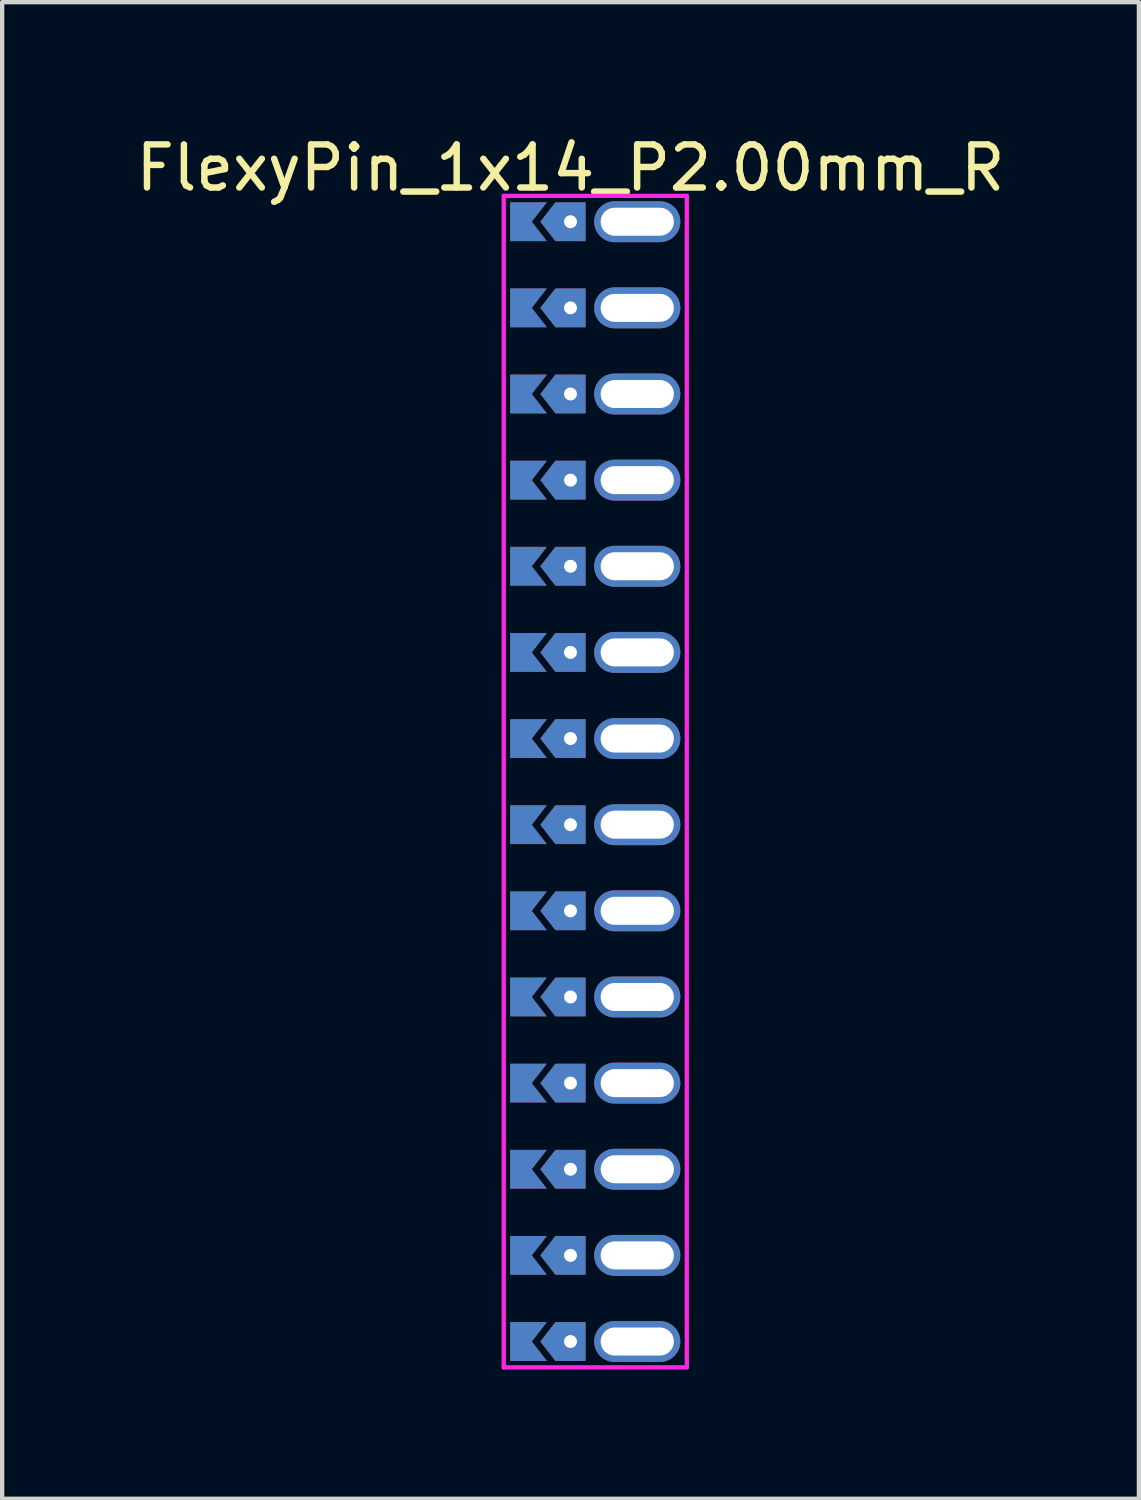
<source format=kicad_pcb>
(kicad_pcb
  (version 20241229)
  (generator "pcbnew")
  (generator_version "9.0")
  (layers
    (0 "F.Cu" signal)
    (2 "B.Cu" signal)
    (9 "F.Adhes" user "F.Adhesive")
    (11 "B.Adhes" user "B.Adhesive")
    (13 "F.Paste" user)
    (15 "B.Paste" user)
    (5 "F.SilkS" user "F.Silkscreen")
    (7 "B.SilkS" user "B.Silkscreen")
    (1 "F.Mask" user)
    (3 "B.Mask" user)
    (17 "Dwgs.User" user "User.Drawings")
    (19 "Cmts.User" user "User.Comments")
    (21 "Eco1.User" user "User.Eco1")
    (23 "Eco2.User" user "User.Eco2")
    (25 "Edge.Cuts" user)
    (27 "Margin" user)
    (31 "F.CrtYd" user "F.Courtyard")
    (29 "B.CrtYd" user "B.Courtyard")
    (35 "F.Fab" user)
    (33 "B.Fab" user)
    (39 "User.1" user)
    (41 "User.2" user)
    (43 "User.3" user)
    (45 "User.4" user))
  (footprint "FlexyPin_1x14_P2.00mm_R"
    (layer "F.Cu")
    (at 10.196 2.098)
    (property "Reference" "FlexyPin_1x14_P2.00mm_R" (at 0 -1.25 0) (layer "F.SilkS") (effects (font (size 1 1) (thickness 0.15))))
    (attr through_hole)
    (fp_line (start -1.55 -0.6) (end 2.7 -0.6) (stroke (width 0.1) (type solid)) (layer "F.CrtYd"))
    (fp_line (start -1.55 26.6) (end -1.55 -0.6) (stroke (width 0.1) (type solid)) (layer "F.CrtYd"))
    (fp_line (start 2.7 -0.6) (end 2.7 26.6) (stroke (width 0.1) (type solid)) (layer "F.CrtYd"))
    (fp_line (start 2.7 26.6) (end -1.55 26.6) (stroke (width 0.1) (type solid)) (layer "F.CrtYd"))
    (pad "" thru_hole custom (at 0 0) (size 0.3 0.3) (drill 0.6) (layers "*.Cu" "*.Mask") (options (anchor rect)) (primitives (gr_poly (pts (xy 0.35 0.45) (xy 0.35 -0.45) (xy -0.35 -0.45) (xy -0.7 0) (xy -0.35 0.45)) (width 0) (fill yes))))
    (pad "" thru_hole custom (at 0 2) (size 0.3 0.3) (drill 0.6) (layers "*.Cu" "*.Mask") (options (anchor rect)) (primitives (gr_poly (pts (xy 0.35 0.45) (xy 0.35 -0.45) (xy -0.35 -0.45) (xy -0.7 0) (xy -0.35 0.45)) (width 0) (fill yes))))
    (pad "" thru_hole custom (at 0 4) (size 0.3 0.3) (drill 0.6) (layers "*.Cu" "*.Mask") (options (anchor rect)) (primitives (gr_poly (pts (xy 0.35 0.45) (xy 0.35 -0.45) (xy -0.35 -0.45) (xy -0.7 0) (xy -0.35 0.45)) (width 0) (fill yes))))
    (pad "" thru_hole custom (at 0 6) (size 0.3 0.3) (drill 0.6) (layers "*.Cu" "*.Mask") (options (anchor rect)) (primitives (gr_poly (pts (xy 0.35 0.45) (xy 0.35 -0.45) (xy -0.35 -0.45) (xy -0.7 0) (xy -0.35 0.45)) (width 0) (fill yes))))
    (pad "" thru_hole custom (at 0 8) (size 0.3 0.3) (drill 0.6) (layers "*.Cu" "*.Mask") (options (anchor rect)) (primitives (gr_poly (pts (xy 0.35 0.45) (xy 0.35 -0.45) (xy -0.35 -0.45) (xy -0.7 0) (xy -0.35 0.45)) (width 0) (fill yes))))
    (pad "" thru_hole custom (at 0 10) (size 0.3 0.3) (drill 0.6) (layers "*.Cu" "*.Mask") (options (anchor rect)) (primitives (gr_poly (pts (xy 0.35 0.45) (xy 0.35 -0.45) (xy -0.35 -0.45) (xy -0.7 0) (xy -0.35 0.45)) (width 0) (fill yes))))
    (pad "" thru_hole custom (at 0 12) (size 0.3 0.3) (drill 0.6) (layers "*.Cu" "*.Mask") (options (anchor rect)) (primitives (gr_poly (pts (xy 0.35 0.45) (xy 0.35 -0.45) (xy -0.35 -0.45) (xy -0.7 0) (xy -0.35 0.45)) (width 0) (fill yes))))
    (pad "" thru_hole custom (at 0 14) (size 0.3 0.3) (drill 0.6) (layers "*.Cu" "*.Mask") (options (anchor rect)) (primitives (gr_poly (pts (xy 0.35 0.45) (xy 0.35 -0.45) (xy -0.35 -0.45) (xy -0.7 0) (xy -0.35 0.45)) (width 0) (fill yes))))
    (pad "" thru_hole custom (at 0 16) (size 0.3 0.3) (drill 0.6) (layers "*.Cu" "*.Mask") (options (anchor rect)) (primitives (gr_poly (pts (xy 0.35 0.45) (xy 0.35 -0.45) (xy -0.35 -0.45) (xy -0.7 0) (xy -0.35 0.45)) (width 0) (fill yes))))
    (pad "" thru_hole custom (at 0 18) (size 0.3 0.3) (drill 0.6) (layers "*.Cu" "*.Mask") (options (anchor rect)) (primitives (gr_poly (pts (xy 0.35 0.45) (xy 0.35 -0.45) (xy -0.35 -0.45) (xy -0.7 0) (xy -0.35 0.45)) (width 0) (fill yes))))
    (pad "" thru_hole custom (at 0 20) (size 0.3 0.3) (drill 0.6) (layers "*.Cu" "*.Mask") (options (anchor rect)) (primitives (gr_poly (pts (xy 0.35 0.45) (xy 0.35 -0.45) (xy -0.35 -0.45) (xy -0.7 0) (xy -0.35 0.45)) (width 0) (fill yes))))
    (pad "" thru_hole custom (at 0 22) (size 0.3 0.3) (drill 0.6) (layers "*.Cu" "*.Mask") (options (anchor rect)) (primitives (gr_poly (pts (xy 0.35 0.45) (xy 0.35 -0.45) (xy -0.35 -0.45) (xy -0.7 0) (xy -0.35 0.45)) (width 0) (fill yes))))
    (pad "" thru_hole custom (at 0 24) (size 0.3 0.3) (drill 0.6) (layers "*.Cu" "*.Mask") (options (anchor rect)) (primitives (gr_poly (pts (xy 0.35 0.45) (xy 0.35 -0.45) (xy -0.35 -0.45) (xy -0.7 0) (xy -0.35 0.45)) (width 0) (fill yes))))
    (pad "" thru_hole custom (at 0 26) (size 0.3 0.3) (drill 0.6) (layers "*.Cu" "*.Mask") (options (anchor rect)) (primitives (gr_poly (pts (xy 0.35 0.45) (xy 0.35 -0.45) (xy -0.35 -0.45) (xy -0.7 0) (xy -0.35 0.45)) (width 0) (fill yes))))
    (pad "" thru_hole oval (at 1.55 0) (size 2 0.95) (drill oval 1.7 0.65) (layers "*.Cu" "*.Mask"))
    (pad "" thru_hole oval (at 1.55 2) (size 2 0.95) (drill oval 1.7 0.65) (layers "*.Cu" "*.Mask"))
    (pad "" thru_hole oval (at 1.55 4) (size 2 0.95) (drill oval 1.7 0.65) (layers "*.Cu" "*.Mask"))
    (pad "" thru_hole oval (at 1.55 6) (size 2 0.95) (drill oval 1.7 0.65) (layers "*.Cu" "*.Mask"))
    (pad "" thru_hole oval (at 1.55 8) (size 2 0.95) (drill oval 1.7 0.65) (layers "*.Cu" "*.Mask"))
    (pad "" thru_hole oval (at 1.55 10) (size 2 0.95) (drill oval 1.7 0.65) (layers "*.Cu" "*.Mask"))
    (pad "" thru_hole oval (at 1.55 12) (size 2 0.95) (drill oval 1.7 0.65) (layers "*.Cu" "*.Mask"))
    (pad "" thru_hole oval (at 1.55 14) (size 2 0.95) (drill oval 1.7 0.65) (layers "*.Cu" "*.Mask"))
    (pad "" thru_hole oval (at 1.55 16) (size 2 0.95) (drill oval 1.7 0.65) (layers "*.Cu" "*.Mask"))
    (pad "" thru_hole oval (at 1.55 18) (size 2 0.95) (drill oval 1.7 0.65) (layers "*.Cu" "*.Mask"))
    (pad "" thru_hole oval (at 1.55 20) (size 2 0.95) (drill oval 1.7 0.65) (layers "*.Cu" "*.Mask"))
    (pad "" thru_hole oval (at 1.55 22) (size 2 0.95) (drill oval 1.7 0.65) (layers "*.Cu" "*.Mask"))
    (pad "" thru_hole oval (at 1.55 24) (size 2 0.95) (drill oval 1.7 0.65) (layers "*.Cu" "*.Mask"))
    (pad "" thru_hole oval (at 1.55 26) (size 2 0.95) (drill oval 1.7 0.65) (layers "*.Cu" "*.Mask"))
    (pad "1" smd custom (at -0.9 0) (size 0.01 0.01) (layers "F.Cu" "F.Mask") (options (anchor rect)) (primitives (gr_poly (pts (xy 0 0) (xy 0.35 0.45) (xy -0.5 0.45) (xy -0.5 -0.45) (xy 0.35 -0.45)) (width 0) (fill yes))))
    (pad "2" smd custom (at -0.9 2) (size 0.01 0.01) (layers "F.Cu" "F.Mask") (options (anchor rect)) (primitives (gr_poly (pts (xy 0 0) (xy 0.35 0.45) (xy -0.5 0.45) (xy -0.5 -0.45) (xy 0.35 -0.45)) (width 0) (fill yes))))
    (pad "3" smd custom (at -0.9 4) (size 0.01 0.01) (layers "F.Cu" "F.Mask") (options (anchor rect)) (primitives (gr_poly (pts (xy 0 0) (xy 0.35 0.45) (xy -0.5 0.45) (xy -0.5 -0.45) (xy 0.35 -0.45)) (width 0) (fill yes))))
    (pad "4" smd custom (at -0.9 6) (size 0.01 0.01) (layers "F.Cu" "F.Mask") (options (anchor rect)) (primitives (gr_poly (pts (xy 0 0) (xy 0.35 0.45) (xy -0.5 0.45) (xy -0.5 -0.45) (xy 0.35 -0.45)) (width 0) (fill yes))))
    (pad "5" smd custom (at -0.9 8) (size 0.01 0.01) (layers "F.Cu" "F.Mask") (options (anchor rect)) (primitives (gr_poly (pts (xy 0 0) (xy 0.35 0.45) (xy -0.5 0.45) (xy -0.5 -0.45) (xy 0.35 -0.45)) (width 0) (fill yes))))
    (pad "6" smd custom (at -0.9 10) (size 0.01 0.01) (layers "F.Cu" "F.Mask") (options (anchor rect)) (primitives (gr_poly (pts (xy 0 0) (xy 0.35 0.45) (xy -0.5 0.45) (xy -0.5 -0.45) (xy 0.35 -0.45)) (width 0) (fill yes))))
    (pad "7" smd custom (at -0.9 12) (size 0.01 0.01) (layers "F.Cu" "F.Mask") (options (anchor rect)) (primitives (gr_poly (pts (xy 0 0) (xy 0.35 0.45) (xy -0.5 0.45) (xy -0.5 -0.45) (xy 0.35 -0.45)) (width 0) (fill yes))))
    (pad "8" smd custom (at -0.9 14) (size 0.01 0.01) (layers "F.Cu" "F.Mask") (options (anchor rect)) (primitives (gr_poly (pts (xy 0 0) (xy 0.35 0.45) (xy -0.5 0.45) (xy -0.5 -0.45) (xy 0.35 -0.45)) (width 0) (fill yes))))
    (pad "9" smd custom (at -0.9 16) (size 0.01 0.01) (layers "F.Cu" "F.Mask") (options (anchor rect)) (primitives (gr_poly (pts (xy 0 0) (xy 0.35 0.45) (xy -0.5 0.45) (xy -0.5 -0.45) (xy 0.35 -0.45)) (width 0) (fill yes))))
    (pad "10" smd custom (at -0.9 18) (size 0.01 0.01) (layers "F.Cu" "F.Mask") (options (anchor rect)) (primitives (gr_poly (pts (xy 0 0) (xy 0.35 0.45) (xy -0.5 0.45) (xy -0.5 -0.45) (xy 0.35 -0.45)) (width 0) (fill yes))))
    (pad "11" smd custom (at -0.9 20) (size 0.01 0.01) (layers "F.Cu" "F.Mask") (options (anchor rect)) (primitives (gr_poly (pts (xy 0 0) (xy 0.35 0.45) (xy -0.5 0.45) (xy -0.5 -0.45) (xy 0.35 -0.45)) (width 0) (fill yes))))
    (pad "12" smd custom (at -0.9 22) (size 0.01 0.01) (layers "F.Cu" "F.Mask") (options (anchor rect)) (primitives (gr_poly (pts (xy 0 0) (xy 0.35 0.45) (xy -0.5 0.45) (xy -0.5 -0.45) (xy 0.35 -0.45)) (width 0) (fill yes))))
    (pad "13" smd custom (at -0.9 24) (size 0.01 0.01) (layers "F.Cu" "F.Mask") (options (anchor rect)) (primitives (gr_poly (pts (xy 0 0) (xy 0.35 0.45) (xy -0.5 0.45) (xy -0.5 -0.45) (xy 0.35 -0.45)) (width 0) (fill yes))))
    (pad "14" smd custom (at -0.9 26) (size 0.01 0.01) (layers "F.Cu" "F.Mask") (options (anchor rect)) (primitives (gr_poly (pts (xy 0 0) (xy 0.35 0.45) (xy -0.5 0.45) (xy -0.5 -0.45) (xy 0.35 -0.45)) (width 0) (fill yes))))
    (pad "15" smd custom (at -0.9 0) (size 0.01 0.01) (layers "B.Cu" "B.Mask") (options (anchor rect)) (primitives (gr_poly (pts (xy 0 0) (xy 0.35 0.45) (xy -0.5 0.45) (xy -0.5 -0.45) (xy 0.35 -0.45)) (width 0) (fill yes))))
    (pad "16" smd custom (at -0.9 2) (size 0.01 0.01) (layers "B.Cu" "B.Mask") (options (anchor rect)) (primitives (gr_poly (pts (xy 0 0) (xy 0.35 0.45) (xy -0.5 0.45) (xy -0.5 -0.45) (xy 0.35 -0.45)) (width 0) (fill yes))))
    (pad "17" smd custom (at -0.9 4) (size 0.01 0.01) (layers "B.Cu" "B.Mask") (options (anchor rect)) (primitives (gr_poly (pts (xy 0 0) (xy 0.35 0.45) (xy -0.5 0.45) (xy -0.5 -0.45) (xy 0.35 -0.45)) (width 0) (fill yes))))
    (pad "18" smd custom (at -0.9 6) (size 0.01 0.01) (layers "B.Cu" "B.Mask") (options (anchor rect)) (primitives (gr_poly (pts (xy 0 0) (xy 0.35 0.45) (xy -0.5 0.45) (xy -0.5 -0.45) (xy 0.35 -0.45)) (width 0) (fill yes))))
    (pad "19" smd custom (at -0.9 8) (size 0.01 0.01) (layers "B.Cu" "B.Mask") (options (anchor rect)) (primitives (gr_poly (pts (xy 0 0) (xy 0.35 0.45) (xy -0.5 0.45) (xy -0.5 -0.45) (xy 0.35 -0.45)) (width 0) (fill yes))))
    (pad "20" smd custom (at -0.9 10) (size 0.01 0.01) (layers "B.Cu" "B.Mask") (options (anchor rect)) (primitives (gr_poly (pts (xy 0 0) (xy 0.35 0.45) (xy -0.5 0.45) (xy -0.5 -0.45) (xy 0.35 -0.45)) (width 0) (fill yes))))
    (pad "21" smd custom (at -0.9 12) (size 0.01 0.01) (layers "B.Cu" "B.Mask") (options (anchor rect)) (primitives (gr_poly (pts (xy 0 0) (xy 0.35 0.45) (xy -0.5 0.45) (xy -0.5 -0.45) (xy 0.35 -0.45)) (width 0) (fill yes))))
    (pad "22" smd custom (at -0.9 14) (size 0.01 0.01) (layers "B.Cu" "B.Mask") (options (anchor rect)) (primitives (gr_poly (pts (xy 0 0) (xy 0.35 0.45) (xy -0.5 0.45) (xy -0.5 -0.45) (xy 0.35 -0.45)) (width 0) (fill yes))))
    (pad "23" smd custom (at -0.9 16) (size 0.01 0.01) (layers "B.Cu" "B.Mask") (options (anchor rect)) (primitives (gr_poly (pts (xy 0 0) (xy 0.35 0.45) (xy -0.5 0.45) (xy -0.5 -0.45) (xy 0.35 -0.45)) (width 0) (fill yes))))
    (pad "24" smd custom (at -0.9 18) (size 0.01 0.01) (layers "B.Cu" "B.Mask") (options (anchor rect)) (primitives (gr_poly (pts (xy 0 0) (xy 0.35 0.45) (xy -0.5 0.45) (xy -0.5 -0.45) (xy 0.35 -0.45)) (width 0) (fill yes))))
    (pad "25" smd custom (at -0.9 20) (size 0.01 0.01) (layers "B.Cu" "B.Mask") (options (anchor rect)) (primitives (gr_poly (pts (xy 0 0) (xy 0.35 0.45) (xy -0.5 0.45) (xy -0.5 -0.45) (xy 0.35 -0.45)) (width 0) (fill yes))))
    (pad "26" smd custom (at -0.9 22) (size 0.01 0.01) (layers "B.Cu" "B.Mask") (options (anchor rect)) (primitives (gr_poly (pts (xy 0 0) (xy 0.35 0.45) (xy -0.5 0.45) (xy -0.5 -0.45) (xy 0.35 -0.45)) (width 0) (fill yes))))
    (pad "27" smd custom (at -0.9 24) (size 0.01 0.01) (layers "B.Cu" "B.Mask") (options (anchor rect)) (primitives (gr_poly (pts (xy 0 0) (xy 0.35 0.45) (xy -0.5 0.45) (xy -0.5 -0.45) (xy 0.35 -0.45)) (width 0) (fill yes))))
    (pad "28" smd custom (at -0.9 26) (size 0.01 0.01) (layers "B.Cu" "B.Mask") (options (anchor rect)) (primitives (gr_poly (pts (xy 0 0) (xy 0.35 0.45) (xy -0.5 0.45) (xy -0.5 -0.45) (xy 0.35 -0.45)) (width 0) (fill yes)))))
  (gr_rect
    (start -3 -3)
    (end 23.393 31.748)
    (stroke (width 0.1) (type default))
    (fill no)
    (layer "Edge.Cuts")))
</source>
